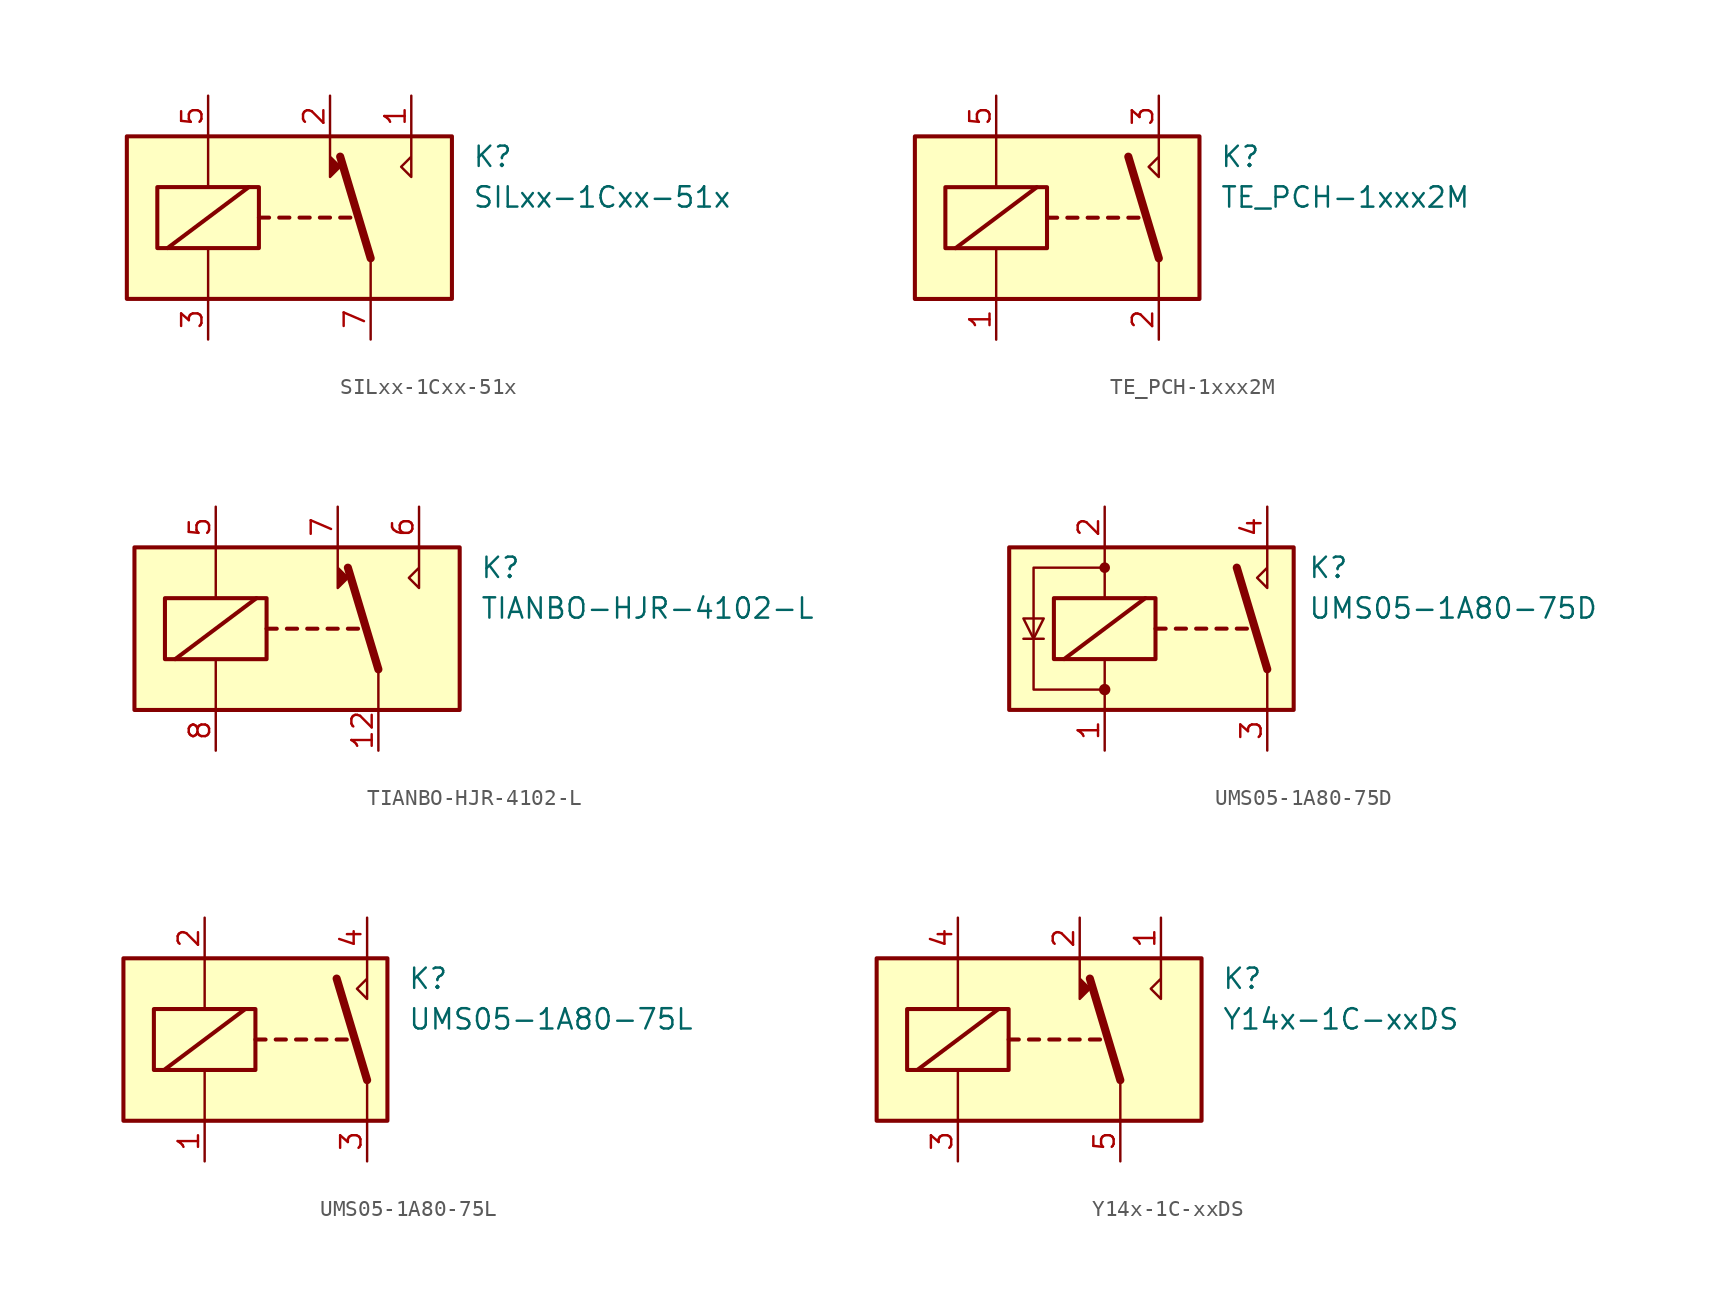
<source format=kicad_sym>
(kicad_symbol_lib
  (version 20241209)
  (generator "kicad_symbol_editor")
  (generator_version "9.0")
  (symbol "SILxx-1Cxx-51x"
    (property "Reference" "K"
      (at 11.43 3.81 0)
      (effects (font (size 1.27 1.27)) (justify left)))
    (property "Value" "SILxx-1Cxx-51x"
      (at 11.43 1.27 0)
      (effects (font (size 1.27 1.27)) (justify left)))
    (symbol "SILxx-1Cxx-51x_0_0"
      (polyline (pts (xy 7.62 5.08) (xy 7.62 2.54) (xy 6.985 3.175) (xy 7.62 3.81)) (stroke (width 0) (type default)) (fill (type none))))
    (symbol "SILxx-1Cxx-51x_0_1"
      (rectangle (start -10.16 5.08) (end 10.16 -5.08) (stroke (width 0.254) (type default)) (fill (type background)))
      (rectangle (start -8.255 1.905) (end -1.905 -1.905) (stroke (width 0.254) (type default)) (fill (type none)))
      (polyline (pts (xy -7.62 -1.905) (xy -2.54 1.905)) (stroke (width 0.254) (type default)) (fill (type none)))
      (polyline (pts (xy -5.08 5.08) (xy -5.08 1.905)) (stroke (width 0) (type default)) (fill (type none)))
      (polyline (pts (xy -5.08 -5.08) (xy -5.08 -1.905)) (stroke (width 0) (type default)) (fill (type none)))
      (polyline (pts (xy -1.905 0) (xy -1.27 0)) (stroke (width 0.254) (type default)) (fill (type none)))
      (polyline (pts (xy -0.635 0) (xy 0 0)) (stroke (width 0.254) (type default)) (fill (type none)))
      (polyline (pts (xy 0.635 0) (xy 1.27 0)) (stroke (width 0.254) (type default)) (fill (type none)))
      (polyline (pts (xy 1.905 0) (xy 2.54 0)) (stroke (width 0.254) (type default)) (fill (type none)))
      (polyline (pts (xy 2.54 5.08) (xy 2.54 2.54) (xy 3.175 3.175) (xy 2.54 3.81)) (stroke (width 0) (type default)) (fill (type outline)))
      (polyline (pts (xy 3.175 0) (xy 3.81 0)) (stroke (width 0.254) (type default)) (fill (type none)))
      (polyline (pts (xy 5.08 -2.54) (xy 3.175 3.81)) (stroke (width 0.508) (type default)) (fill (type none)))
      (polyline (pts (xy 5.08 -2.54) (xy 5.08 -5.08)) (stroke (width 0) (type default)) (fill (type none))))
    (symbol "SILxx-1Cxx-51x_1_1"
      (pin passive line (at -5.08 7.62 270) (length 2.54) (name "~" (effects (font (size 1.27 1.27)))) (number "5" (effects (font (size 1.27 1.27)))))
      (pin passive line (at -5.08 -7.62 90) (length 2.54) (name "~" (effects (font (size 1.27 1.27)))) (number "3" (effects (font (size 1.27 1.27)))))
      (pin passive line (at 2.54 7.62 270) (length 2.54) (name "~" (effects (font (size 1.27 1.27)))) (number "2" (effects (font (size 1.27 1.27)))))
      (pin passive line (at 5.08 -7.62 90) (length 2.54) (name "~" (effects (font (size 1.27 1.27)))) (number "7" (effects (font (size 1.27 1.27)))))
      (pin passive line (at 7.62 7.62 270) (length 2.54) (name "~" (effects (font (size 1.27 1.27)))) (number "1" (effects (font (size 1.27 1.27)))))))
  (symbol "TE_PCH-1xxx2M"
    (property "Reference" "K"
      (at 8.89 3.81 0)
      (effects (font (size 1.27 1.27)) (justify left)))
    (property "Value" "TE_PCH-1xxx2M"
      (at 8.89 1.27 0)
      (effects (font (size 1.27 1.27)) (justify left)))
    (symbol "TE_PCH-1xxx2M_0_0"
      (polyline (pts (xy 5.08 5.08) (xy 5.08 2.54) (xy 4.445 3.175) (xy 5.08 3.81)) (stroke (width 0) (type default)) (fill (type none))))
    (symbol "TE_PCH-1xxx2M_0_1"
      (rectangle (start -10.16 5.08) (end 7.62 -5.08) (stroke (width 0.254) (type default)) (fill (type background)))
      (rectangle (start -8.255 1.905) (end -1.905 -1.905) (stroke (width 0.254) (type default)) (fill (type none)))
      (polyline (pts (xy -7.62 -1.905) (xy -2.54 1.905)) (stroke (width 0.254) (type default)) (fill (type none)))
      (polyline (pts (xy -5.08 5.08) (xy -5.08 1.905)) (stroke (width 0) (type default)) (fill (type none)))
      (polyline (pts (xy -5.08 -5.08) (xy -5.08 -1.905)) (stroke (width 0) (type default)) (fill (type none)))
      (polyline (pts (xy -1.905 0) (xy -1.27 0)) (stroke (width 0.254) (type default)) (fill (type none)))
      (polyline (pts (xy -0.635 0) (xy 0 0)) (stroke (width 0.254) (type default)) (fill (type none)))
      (polyline (pts (xy 0.635 0) (xy 1.27 0)) (stroke (width 0.254) (type default)) (fill (type none)))
      (polyline (pts (xy 1.905 0) (xy 2.54 0)) (stroke (width 0.254) (type default)) (fill (type none)))
      (polyline (pts (xy 3.175 0) (xy 3.81 0)) (stroke (width 0.254) (type default)) (fill (type none)))
      (polyline (pts (xy 5.08 -2.54) (xy 3.175 3.81)) (stroke (width 0.508) (type default)) (fill (type none)))
      (polyline (pts (xy 5.08 -2.54) (xy 5.08 -5.08)) (stroke (width 0) (type default)) (fill (type none))))
    (symbol "TE_PCH-1xxx2M_1_1"
      (pin passive line (at -5.08 7.62 270) (length 2.54) (name "~" (effects (font (size 1.27 1.27)))) (number "5" (effects (font (size 1.27 1.27)))))
      (pin passive line (at -5.08 -7.62 90) (length 2.54) (name "~" (effects (font (size 1.27 1.27)))) (number "1" (effects (font (size 1.27 1.27)))))
      (pin passive line (at 5.08 7.62 270) (length 2.54) (name "~" (effects (font (size 1.27 1.27)))) (number "3" (effects (font (size 1.27 1.27)))))
      (pin passive line (at 5.08 -7.62 90) (length 2.54) (name "~" (effects (font (size 1.27 1.27)))) (number "2" (effects (font (size 1.27 1.27)))))))
  (symbol "TIANBO-HJR-4102-L"
    (property "Reference" "K"
      (at 11.43 3.81 0)
      (effects (font (size 1.27 1.27)) (justify left)))
    (property "Value" "TIANBO-HJR-4102-L"
      (at 11.43 1.27 0)
      (effects (font (size 1.27 1.27)) (justify left)))
    (symbol "TIANBO-HJR-4102-L_0_0"
      (polyline (pts (xy 7.62 5.08) (xy 7.62 2.54) (xy 6.985 3.175) (xy 7.62 3.81)) (stroke (width 0) (type default)) (fill (type none))))
    (symbol "TIANBO-HJR-4102-L_0_1"
      (rectangle (start -10.16 5.08) (end 10.16 -5.08) (stroke (width 0.254) (type default)) (fill (type background)))
      (rectangle (start -8.255 1.905) (end -1.905 -1.905) (stroke (width 0.254) (type default)) (fill (type none)))
      (polyline (pts (xy -7.62 -1.905) (xy -2.54 1.905)) (stroke (width 0.254) (type default)) (fill (type none)))
      (polyline (pts (xy -5.08 5.08) (xy -5.08 1.905)) (stroke (width 0) (type default)) (fill (type none)))
      (polyline (pts (xy -5.08 -5.08) (xy -5.08 -1.905)) (stroke (width 0) (type default)) (fill (type none)))
      (polyline (pts (xy -1.905 0) (xy -1.27 0)) (stroke (width 0.254) (type default)) (fill (type none)))
      (polyline (pts (xy -0.635 0) (xy 0 0)) (stroke (width 0.254) (type default)) (fill (type none)))
      (polyline (pts (xy 0.635 0) (xy 1.27 0)) (stroke (width 0.254) (type default)) (fill (type none)))
      (polyline (pts (xy 1.905 0) (xy 2.54 0)) (stroke (width 0.254) (type default)) (fill (type none)))
      (polyline (pts (xy 2.54 5.08) (xy 2.54 2.54) (xy 3.175 3.175) (xy 2.54 3.81)) (stroke (width 0) (type default)) (fill (type outline)))
      (polyline (pts (xy 3.175 0) (xy 3.81 0)) (stroke (width 0.254) (type default)) (fill (type none)))
      (polyline (pts (xy 5.08 -2.54) (xy 3.175 3.81)) (stroke (width 0.508) (type default)) (fill (type none)))
      (polyline (pts (xy 5.08 -2.54) (xy 5.08 -5.08)) (stroke (width 0) (type default)) (fill (type none))))
    (symbol "TIANBO-HJR-4102-L_1_1"
      (pin passive line (at -5.08 7.62 270) (length 2.54) (name "~" (effects (font (size 1.27 1.27)))) (number "5" (effects (font (size 1.27 1.27)))))
      (pin passive line (at -5.08 -7.62 90) (length 2.54) (name "~" (effects (font (size 1.27 1.27)))) (number "8" (effects (font (size 1.27 1.27)))))
      (pin passive line (at 2.54 7.62 270) (length 2.54) (name "~" (effects (font (size 1.27 1.27)))) (number "7" (effects (font (size 1.27 1.27)))))
      (pin passive line (at 5.08 -7.62 90) (length 2.54) (name "~" (effects (font (size 1.27 1.27)))) (number "12" (effects (font (size 1.27 1.27)))))
      (pin passive line (at 7.62 7.62 270) (length 2.54) (name "~" (effects (font (size 1.27 1.27)))) (number "6" (effects (font (size 1.27 1.27)))))))
  (symbol "UMS05-1A80-75D"
    (property "Reference" "K"
      (at 7.62 3.81 0)
      (effects (font (size 1.27 1.27)) (justify left)))
    (property "Value" "UMS05-1A80-75D"
      (at 7.62 1.27 0)
      (effects (font (size 1.27 1.27)) (justify left)))
    (symbol "UMS05-1A80-75D_0_0"
      (polyline (pts (xy 5.08 5.08) (xy 5.08 2.54) (xy 4.445 3.175) (xy 5.08 3.81)) (stroke (width 0) (type default)) (fill (type none))))
    (symbol "UMS05-1A80-75D_0_1"
      (rectangle (start -11.049 5.08) (end 6.731 -5.08) (stroke (width 0.254) (type default)) (fill (type background)))
      (polyline (pts (xy -9.525 -0.635) (xy -10.16 0.635) (xy -8.89 0.635) (xy -9.525 -0.635)) (stroke (width 0) (type default)) (fill (type none)))
      (polyline (pts (xy -8.89 -0.635) (xy -10.16 -0.635)) (stroke (width 0) (type default)) (fill (type none)))
      (rectangle (start -8.255 1.905) (end -1.905 -1.905) (stroke (width 0.254) (type default)) (fill (type none)))
      (polyline (pts (xy -7.62 -1.905) (xy -2.54 1.905)) (stroke (width 0.254) (type default)) (fill (type none)))
      (polyline (pts (xy -5.08 5.08) (xy -5.08 1.905)) (stroke (width 0) (type default)) (fill (type none)))
      (circle (center -5.08 3.81) (radius 0.254) (stroke (width 0) (type default)) (fill (type outline)))
      (polyline (pts (xy -5.08 3.81) (xy -9.525 3.81) (xy -9.525 -3.81) (xy -5.08 -3.81)) (stroke (width 0) (type default)) (fill (type none)))
      (circle (center -5.08 -3.81) (radius 0.279) (stroke (width 0) (type default)) (fill (type outline)))
      (polyline (pts (xy -5.08 -5.08) (xy -5.08 -1.905)) (stroke (width 0) (type default)) (fill (type none)))
      (polyline (pts (xy -1.905 0) (xy -1.27 0)) (stroke (width 0.254) (type default)) (fill (type none)))
      (polyline (pts (xy -0.635 0) (xy 0 0)) (stroke (width 0.254) (type default)) (fill (type none)))
      (polyline (pts (xy 0.635 0) (xy 1.27 0)) (stroke (width 0.254) (type default)) (fill (type none)))
      (polyline (pts (xy 1.905 0) (xy 2.54 0)) (stroke (width 0.254) (type default)) (fill (type none)))
      (polyline (pts (xy 3.175 0) (xy 3.81 0)) (stroke (width 0.254) (type default)) (fill (type none)))
      (polyline (pts (xy 5.08 -2.54) (xy 3.175 3.81)) (stroke (width 0.508) (type default)) (fill (type none)))
      (polyline (pts (xy 5.08 -2.54) (xy 5.08 -5.08)) (stroke (width 0) (type default)) (fill (type none))))
    (symbol "UMS05-1A80-75D_1_1"
      (pin passive line (at -5.08 7.62 270) (length 2.54) (name "~" (effects (font (size 1.27 1.27)))) (number "2" (effects (font (size 1.27 1.27)))))
      (pin passive line (at -5.08 -7.62 90) (length 2.54) (name "~" (effects (font (size 1.27 1.27)))) (number "1" (effects (font (size 1.27 1.27)))))
      (pin passive line (at 5.08 7.62 270) (length 2.54) (name "~" (effects (font (size 1.27 1.27)))) (number "4" (effects (font (size 1.27 1.27)))))
      (pin passive line (at 5.08 -7.62 90) (length 2.54) (name "~" (effects (font (size 1.27 1.27)))) (number "3" (effects (font (size 1.27 1.27)))))))
  (symbol "UMS05-1A80-75L"
    (property "Reference" "K"
      (at 7.62 3.81 0)
      (effects (font (size 1.27 1.27)) (justify left)))
    (property "Value" "UMS05-1A80-75L"
      (at 7.62 1.27 0)
      (effects (font (size 1.27 1.27)) (justify left)))
    (symbol "UMS05-1A80-75L_0_0"
      (polyline (pts (xy 5.08 5.08) (xy 5.08 2.54) (xy 4.445 3.175) (xy 5.08 3.81)) (stroke (width 0) (type default)) (fill (type none))))
    (symbol "UMS05-1A80-75L_0_1"
      (rectangle (start -10.16 5.08) (end 6.35 -5.08) (stroke (width 0.254) (type default)) (fill (type background)))
      (rectangle (start -8.255 1.905) (end -1.905 -1.905) (stroke (width 0.254) (type default)) (fill (type none)))
      (polyline (pts (xy -7.62 -1.905) (xy -2.54 1.905)) (stroke (width 0.254) (type default)) (fill (type none)))
      (polyline (pts (xy -5.08 5.08) (xy -5.08 1.905)) (stroke (width 0) (type default)) (fill (type none)))
      (polyline (pts (xy -5.08 -5.08) (xy -5.08 -1.905)) (stroke (width 0) (type default)) (fill (type none)))
      (polyline (pts (xy -1.905 0) (xy -1.27 0)) (stroke (width 0.254) (type default)) (fill (type none)))
      (polyline (pts (xy -0.635 0) (xy 0 0)) (stroke (width 0.254) (type default)) (fill (type none)))
      (polyline (pts (xy 0.635 0) (xy 1.27 0)) (stroke (width 0.254) (type default)) (fill (type none)))
      (polyline (pts (xy 1.905 0) (xy 2.54 0)) (stroke (width 0.254) (type default)) (fill (type none)))
      (polyline (pts (xy 3.175 0) (xy 3.81 0)) (stroke (width 0.254) (type default)) (fill (type none)))
      (polyline (pts (xy 5.08 -2.54) (xy 3.175 3.81)) (stroke (width 0.508) (type default)) (fill (type none)))
      (polyline (pts (xy 5.08 -2.54) (xy 5.08 -5.08)) (stroke (width 0) (type default)) (fill (type none))))
    (symbol "UMS05-1A80-75L_1_1"
      (pin passive line (at -5.08 7.62 270) (length 2.54) (name "~" (effects (font (size 1.27 1.27)))) (number "2" (effects (font (size 1.27 1.27)))))
      (pin passive line (at -5.08 -7.62 90) (length 2.54) (name "~" (effects (font (size 1.27 1.27)))) (number "1" (effects (font (size 1.27 1.27)))))
      (pin passive line (at 5.08 7.62 270) (length 2.54) (name "~" (effects (font (size 1.27 1.27)))) (number "4" (effects (font (size 1.27 1.27)))))
      (pin passive line (at 5.08 -7.62 90) (length 2.54) (name "~" (effects (font (size 1.27 1.27)))) (number "3" (effects (font (size 1.27 1.27)))))))
  (symbol "Y14x-1C-xxDS"
    (property "Reference" "K"
      (at 11.43 3.81 0)
      (effects (font (size 1.27 1.27)) (justify left)))
    (property "Value" "Y14x-1C-xxDS"
      (at 11.43 1.27 0)
      (effects (font (size 1.27 1.27)) (justify left)))
    (symbol "Y14x-1C-xxDS_0_0"
      (polyline (pts (xy 7.62 5.08) (xy 7.62 2.54) (xy 6.985 3.175) (xy 7.62 3.81)) (stroke (width 0) (type default)) (fill (type none))))
    (symbol "Y14x-1C-xxDS_0_1"
      (rectangle (start -10.16 5.08) (end 10.16 -5.08) (stroke (width 0.254) (type default)) (fill (type background)))
      (rectangle (start -8.255 1.905) (end -1.905 -1.905) (stroke (width 0.254) (type default)) (fill (type none)))
      (polyline (pts (xy -7.62 -1.905) (xy -2.54 1.905)) (stroke (width 0.254) (type default)) (fill (type none)))
      (polyline (pts (xy -5.08 5.08) (xy -5.08 1.905)) (stroke (width 0) (type default)) (fill (type none)))
      (polyline (pts (xy -5.08 -5.08) (xy -5.08 -1.905)) (stroke (width 0) (type default)) (fill (type none)))
      (polyline (pts (xy -1.905 0) (xy -1.27 0)) (stroke (width 0.254) (type default)) (fill (type none)))
      (polyline (pts (xy -0.635 0) (xy 0 0)) (stroke (width 0.254) (type default)) (fill (type none)))
      (polyline (pts (xy 0.635 0) (xy 1.27 0)) (stroke (width 0.254) (type default)) (fill (type none)))
      (polyline (pts (xy 1.905 0) (xy 2.54 0)) (stroke (width 0.254) (type default)) (fill (type none)))
      (polyline (pts (xy 2.54 5.08) (xy 2.54 2.54) (xy 3.175 3.175) (xy 2.54 3.81)) (stroke (width 0) (type default)) (fill (type outline)))
      (polyline (pts (xy 3.175 0) (xy 3.81 0)) (stroke (width 0.254) (type default)) (fill (type none)))
      (polyline (pts (xy 5.08 -2.54) (xy 3.175 3.81)) (stroke (width 0.508) (type default)) (fill (type none)))
      (polyline (pts (xy 5.08 -2.54) (xy 5.08 -5.08)) (stroke (width 0) (type default)) (fill (type none))))
    (symbol "Y14x-1C-xxDS_1_1"
      (pin passive line (at -5.08 7.62 270) (length 2.54) (name "~" (effects (font (size 1.27 1.27)))) (number "4" (effects (font (size 1.27 1.27)))))
      (pin passive line (at -5.08 -7.62 90) (length 2.54) (name "~" (effects (font (size 1.27 1.27)))) (number "3" (effects (font (size 1.27 1.27)))))
      (pin passive line (at 2.54 7.62 270) (length 2.54) (name "~" (effects (font (size 1.27 1.27)))) (number "2" (effects (font (size 1.27 1.27)))))
      (pin passive line (at 5.08 -7.62 90) (length 2.54) (name "~" (effects (font (size 1.27 1.27)))) (number "5" (effects (font (size 1.27 1.27)))))
      (pin passive line (at 5.08 -7.62 90) (length 2.54) (hide yes) (name "~" (effects (font (size 1.27 1.27)))) (number "6" (effects (font (size 1.27 1.27)))))
      (pin passive line (at 7.62 7.62 270) (length 2.54) (name "~" (effects (font (size 1.27 1.27)))) (number "1" (effects (font (size 1.27 1.27))))))))
</source>
